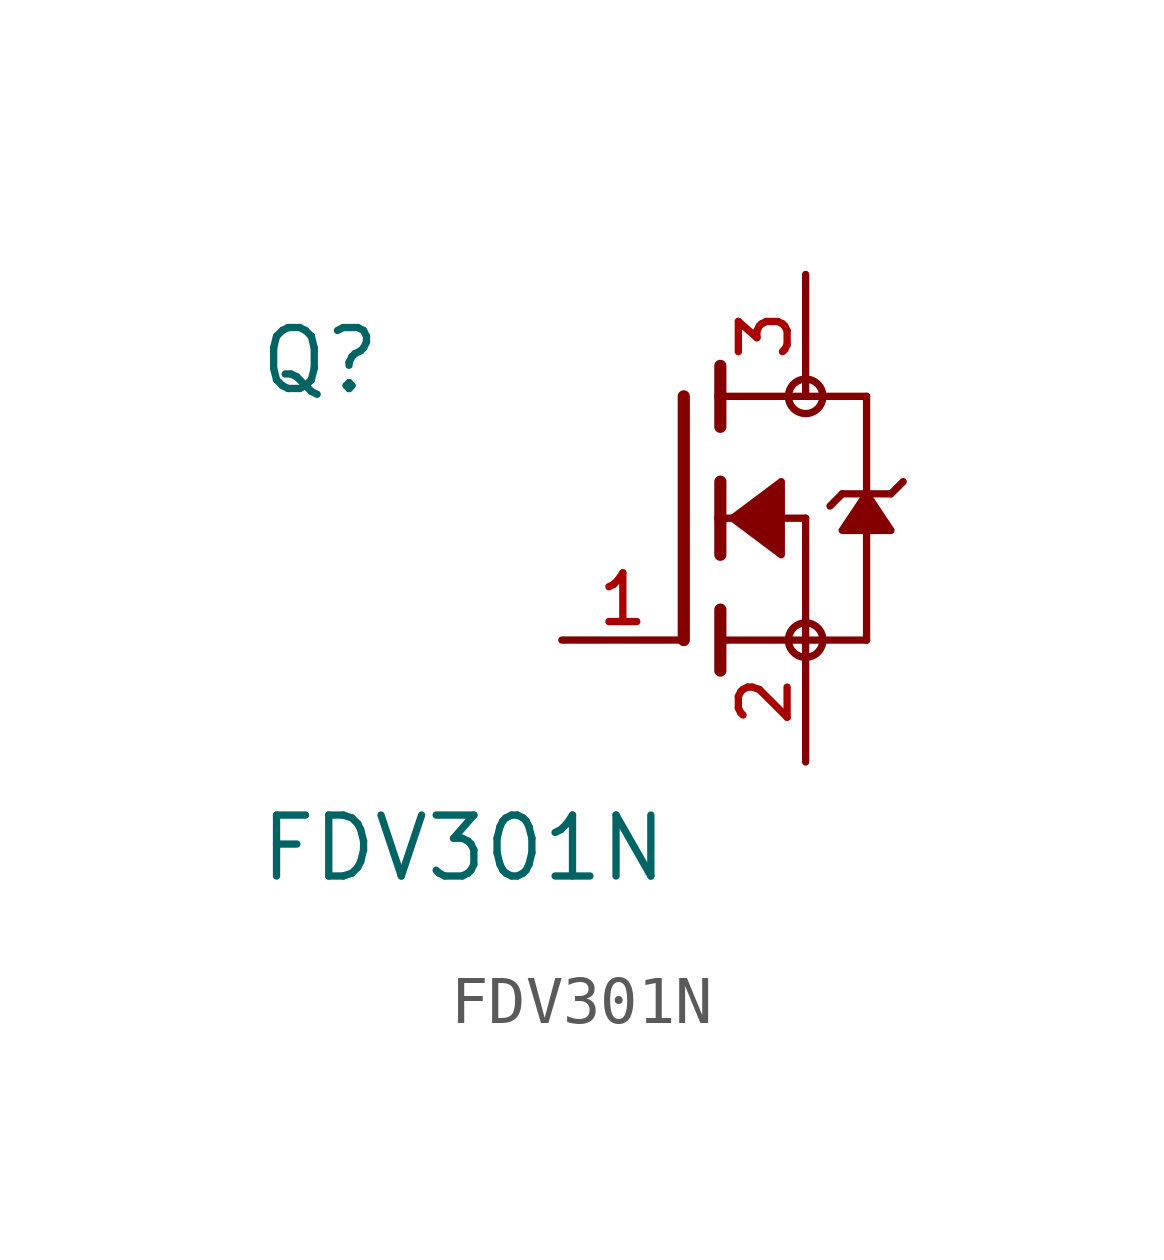
<source format=kicad_sym>
(kicad_symbol_lib
  (version 20241209)
  (generator "kicad_symbol_editor")
  (generator_version "9.0")
  (symbol "FDV301N"
    (pin_names
      (offset 1.016))
    (property "Reference" "Q"
      (at -8.89 2.54 0)
      (effects (font (size 1.27 1.27)) (justify left bottom)))
    (property "Value" "FDV301N"
      (at -8.89 -7.62 0)
      (effects (font (size 1.27 1.27)) (justify left bottom)))
    (symbol "FDV301N_0_0"
      (polyline (pts (xy 0 2.54) (xy 0 -2.54)) (stroke (width 0.254) (type default)) (fill (type none)))
      (polyline (pts (xy 0.762 3.175) (xy 0.762 2.54)) (stroke (width 0.254) (type default)) (fill (type none)))
      (polyline (pts (xy 0.762 2.54) (xy 0.762 1.905)) (stroke (width 0.254) (type default)) (fill (type none)))
      (polyline (pts (xy 0.762 2.54) (xy 3.81 2.54)) (stroke (width 0.152) (type default)) (fill (type none)))
      (polyline (pts (xy 0.762 0.762) (xy 0.762 0)) (stroke (width 0.254) (type default)) (fill (type none)))
      (polyline (pts (xy 0.762 0) (xy 0.762 -0.762)) (stroke (width 0.254) (type default)) (fill (type none)))
      (polyline (pts (xy 0.762 0) (xy 2.54 0)) (stroke (width 0.152) (type default)) (fill (type none)))
      (polyline (pts (xy 0.762 -1.905) (xy 0.762 -3.175)) (stroke (width 0.254) (type default)) (fill (type none)))
      (polyline (pts (xy 1.016 0) (xy 2.032 0.762) (xy 2.032 -0.762) (xy 1.016 0)) (stroke (width 0.152) (type default)) (fill (type outline)))
      (circle (center 2.54 2.54) (radius 0.359) (stroke (width 0) (type default)) (fill (type none)))
      (polyline (pts (xy 2.54 0) (xy 2.54 -2.54)) (stroke (width 0.152) (type default)) (fill (type none)))
      (circle (center 2.54 -2.54) (radius 0.359) (stroke (width 0) (type default)) (fill (type none)))
      (polyline (pts (xy 3.302 0.508) (xy 3.048 0.254)) (stroke (width 0.152) (type default)) (fill (type none)))
      (polyline (pts (xy 3.81 2.54) (xy 3.81 0.508)) (stroke (width 0.152) (type default)) (fill (type none)))
      (polyline (pts (xy 3.81 0.508) (xy 3.302 0.508)) (stroke (width 0.152) (type default)) (fill (type none)))
      (polyline (pts (xy 3.81 0.508) (xy 3.81 -2.54)) (stroke (width 0.152) (type default)) (fill (type none)))
      (polyline (pts (xy 3.81 0.508) (xy 3.302 -0.254) (xy 4.318 -0.254) (xy 3.81 0.508)) (stroke (width 0.152) (type default)) (fill (type outline)))
      (polyline (pts (xy 3.81 -2.54) (xy 0.762 -2.54)) (stroke (width 0.152) (type default)) (fill (type none)))
      (polyline (pts (xy 4.318 0.508) (xy 3.81 0.508)) (stroke (width 0.152) (type default)) (fill (type none)))
      (polyline (pts (xy 4.572 0.762) (xy 4.318 0.508)) (stroke (width 0.152) (type default)) (fill (type none)))
      (pin passive line (at -2.54 -2.54 0) (length 2.54) (name "~" (effects (font (size 1.016 1.016)))) (number "1" (effects (font (size 1.016 1.016)))))
      (pin passive line (at 2.54 5.08 270) (length 2.54) (name "~" (effects (font (size 1.016 1.016)))) (number "3" (effects (font (size 1.016 1.016)))))
      (pin passive line (at 2.54 -5.08 90) (length 2.54) (name "~" (effects (font (size 1.016 1.016)))) (number "2" (effects (font (size 1.016 1.016))))))))
</source>
